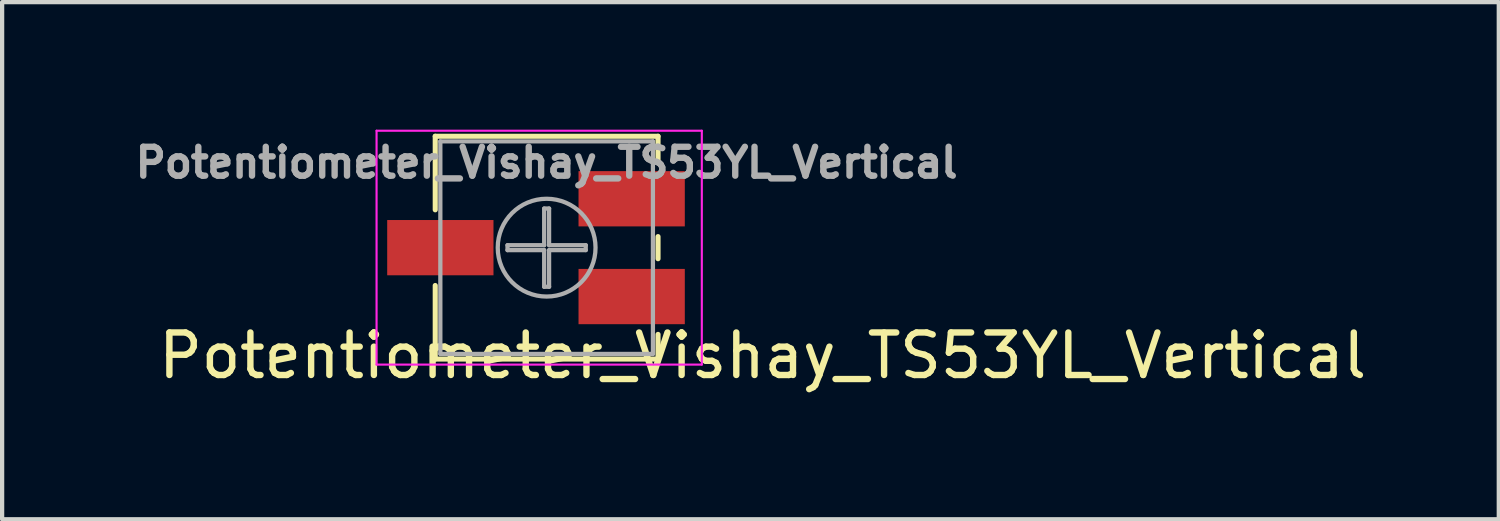
<source format=kicad_pcb>
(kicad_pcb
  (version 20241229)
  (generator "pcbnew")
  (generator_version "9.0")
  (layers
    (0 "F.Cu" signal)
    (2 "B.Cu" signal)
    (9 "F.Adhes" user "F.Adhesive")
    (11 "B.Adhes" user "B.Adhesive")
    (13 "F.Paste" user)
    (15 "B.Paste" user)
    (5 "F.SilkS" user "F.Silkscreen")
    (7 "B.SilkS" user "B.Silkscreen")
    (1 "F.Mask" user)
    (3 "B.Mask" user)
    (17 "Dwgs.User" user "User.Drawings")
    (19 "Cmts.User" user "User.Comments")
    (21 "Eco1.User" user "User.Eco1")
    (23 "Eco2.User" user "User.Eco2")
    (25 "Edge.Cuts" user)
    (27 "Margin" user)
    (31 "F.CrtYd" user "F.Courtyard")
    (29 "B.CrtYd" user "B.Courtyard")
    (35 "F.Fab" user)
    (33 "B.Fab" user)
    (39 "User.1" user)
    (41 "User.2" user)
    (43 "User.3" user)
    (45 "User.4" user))
  (footprint "Potentiometer_Vishay_TS53YL_Vertical"
    (layer "F.Cu")
    (at 9.807 2.775)
    (property "Reference" "Potentiometer_Vishay_TS53YL_Vertical" (at 5.08 2.54 0) (layer "F.SilkS") (effects (font (size 1 1) (thickness 0.15))))
    (attr smd)
    (fp_line (start -2.62 -2.62) (end -2.62 -0.89) (stroke (width 0.12) (type solid)) (layer "F.SilkS"))
    (fp_line (start -2.62 -2.62) (end 2.62 -2.62) (stroke (width 0.12) (type solid)) (layer "F.SilkS"))
    (fp_line (start -2.62 0.89) (end -2.62 2.62) (stroke (width 0.12) (type solid)) (layer "F.SilkS"))
    (fp_line (start -2.62 2.62) (end 2.62 2.62) (stroke (width 0.12) (type solid)) (layer "F.SilkS"))
    (fp_line (start 2.62 -2.62) (end 2.62 -2.039) (stroke (width 0.12) (type solid)) (layer "F.SilkS"))
    (fp_line (start 2.62 -0.26) (end 2.62 0.26) (stroke (width 0.12) (type solid)) (layer "F.SilkS"))
    (fp_line (start 2.62 2.04) (end 2.62 2.62) (stroke (width 0.12) (type solid)) (layer "F.SilkS"))
    (fp_line (start -4 -2.75) (end -4 2.75) (stroke (width 0.05) (type solid)) (layer "F.CrtYd"))
    (fp_line (start -4 2.75) (end 3.65 2.75) (stroke (width 0.05) (type solid)) (layer "F.CrtYd"))
    (fp_line (start 3.65 -2.75) (end -4 -2.75) (stroke (width 0.05) (type solid)) (layer "F.CrtYd"))
    (fp_line (start 3.65 2.75) (end 3.65 -2.75) (stroke (width 0.05) (type solid)) (layer "F.CrtYd"))
    (fp_line (start -2.5 -2.5) (end -2.5 2.5) (stroke (width 0.1) (type solid)) (layer "F.Fab"))
    (fp_line (start -2.5 2.5) (end 2.5 2.5) (stroke (width 0.1) (type solid)) (layer "F.Fab"))
    (fp_line (start -0.92 -0.058) (end -0.058 -0.058) (stroke (width 0.1) (type solid)) (layer "F.Fab"))
    (fp_line (start -0.92 0.058) (end -0.92 -0.058) (stroke (width 0.1) (type solid)) (layer "F.Fab"))
    (fp_line (start -0.058 -0.92) (end 0.058 -0.92) (stroke (width 0.1) (type solid)) (layer "F.Fab"))
    (fp_line (start -0.058 -0.058) (end -0.058 -0.92) (stroke (width 0.1) (type solid)) (layer "F.Fab"))
    (fp_line (start -0.058 0.058) (end -0.92 0.058) (stroke (width 0.1) (type solid)) (layer "F.Fab"))
    (fp_line (start -0.058 0.92) (end -0.058 0.058) (stroke (width 0.1) (type solid)) (layer "F.Fab"))
    (fp_line (start 0.058 -0.92) (end 0.058 -0.058) (stroke (width 0.1) (type solid)) (layer "F.Fab"))
    (fp_line (start 0.058 -0.058) (end 0.92 -0.058) (stroke (width 0.1) (type solid)) (layer "F.Fab"))
    (fp_line (start 0.058 0.058) (end 0.058 0.92) (stroke (width 0.1) (type solid)) (layer "F.Fab"))
    (fp_line (start 0.058 0.92) (end -0.058 0.92) (stroke (width 0.1) (type solid)) (layer "F.Fab"))
    (fp_line (start 0.92 -0.058) (end 0.92 0.058) (stroke (width 0.1) (type solid)) (layer "F.Fab"))
    (fp_line (start 0.92 0.058) (end 0.058 0.058) (stroke (width 0.1) (type solid)) (layer "F.Fab"))
    (fp_line (start 2.5 -2.5) (end -2.5 -2.5) (stroke (width 0.1) (type solid)) (layer "F.Fab"))
    (fp_line (start 2.5 2.5) (end 2.5 -2.5) (stroke (width 0.1) (type solid)) (layer "F.Fab"))
    (fp_circle (center 0 0) (end 1.15 0) (stroke (width 0.1) (type solid)) (fill no) (layer "F.Fab"))
    (fp_text user "${REFERENCE}" (at 0 -2 0) (layer "F.Fab") (effects (font (size 0.68 0.68) (thickness 0.15))))
    (pad "1" smd rect (at 2 -1.15) (size 2.5 1.3) (layers "F.Cu" "F.Mask" "F.Paste"))
    (pad "2" smd rect (at -2.5 0) (size 2.5 1.3) (layers "F.Cu" "F.Mask" "F.Paste"))
    (pad "3" smd rect (at 2 1.15) (size 2.5 1.3) (layers "F.Cu" "F.Mask" "F.Paste")))
  (gr_rect
    (start -3 -3)
    (end 32.202 9.163)
    (stroke (width 0.1) (type default))
    (fill no)
    (layer "Edge.Cuts")))
</source>
